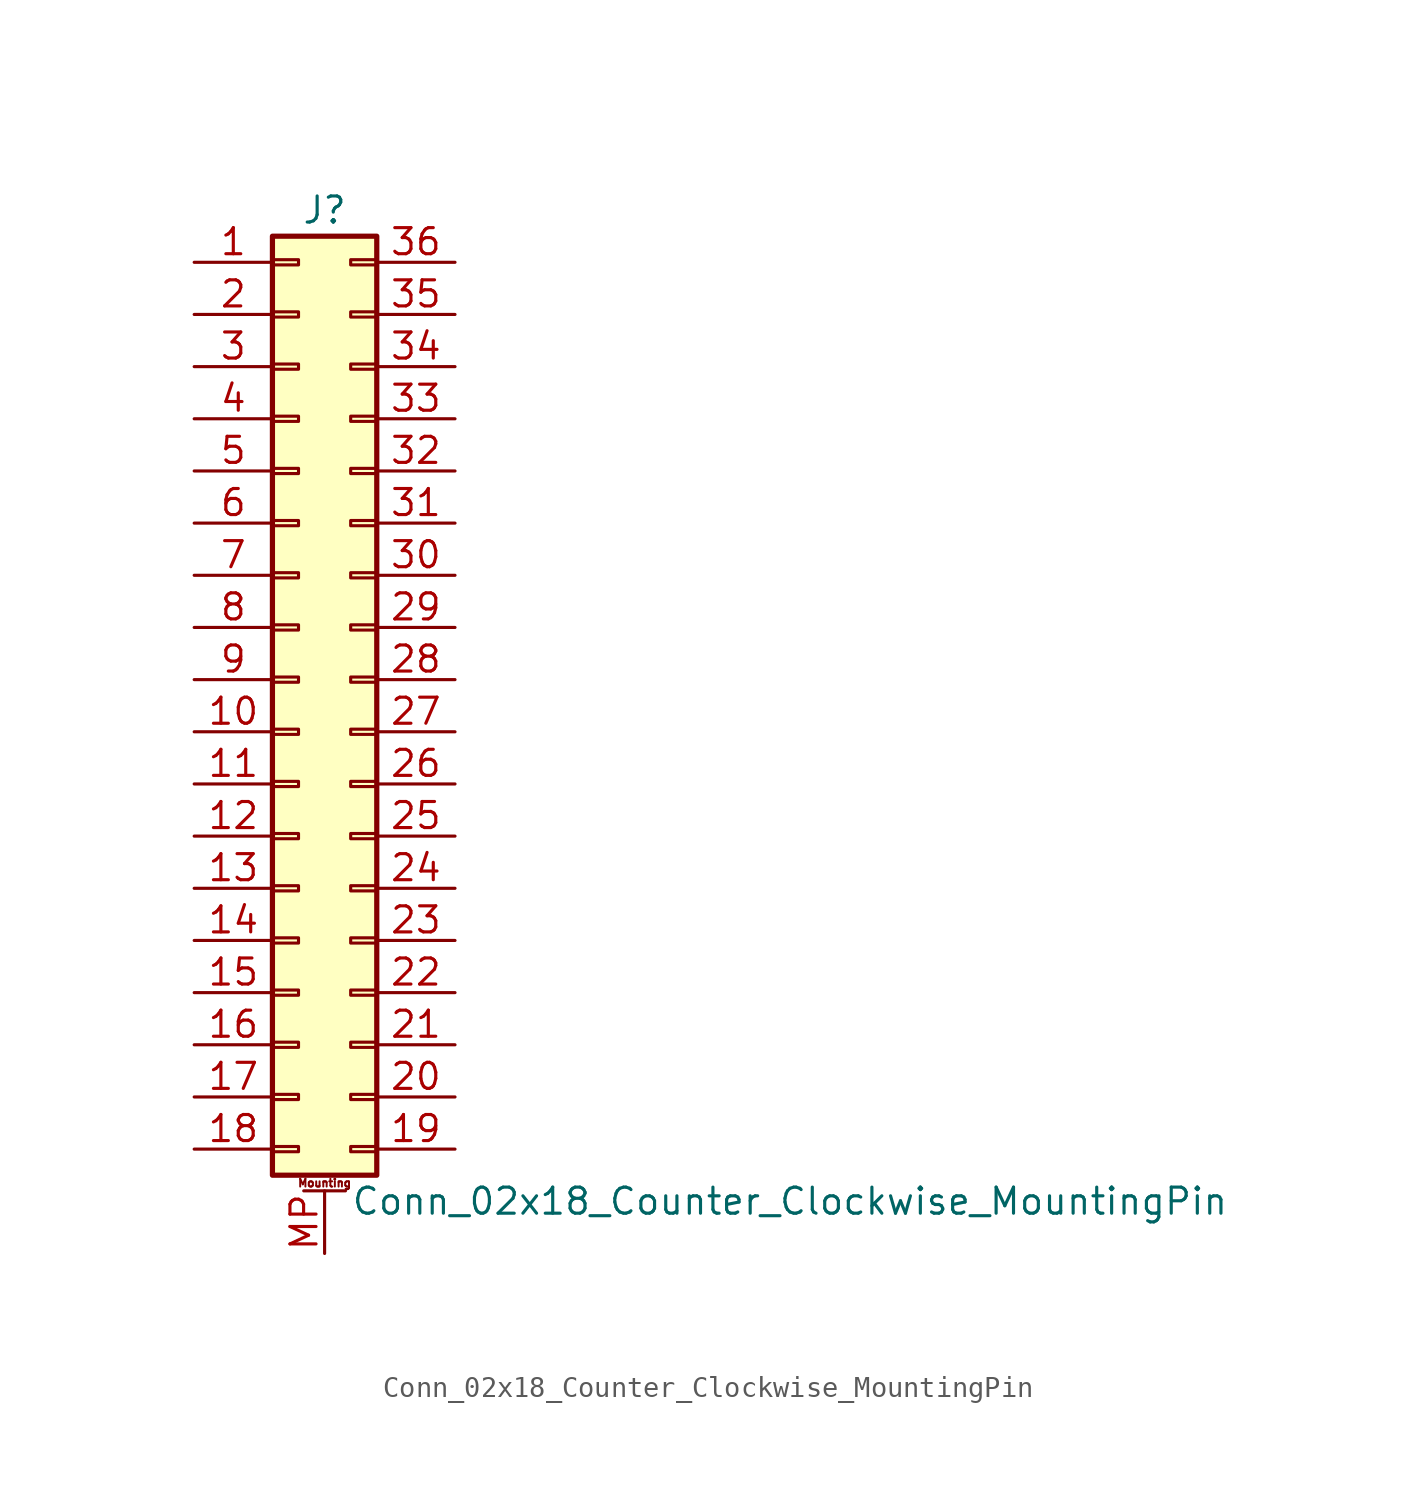
<source format=kicad_sym>
(kicad_symbol_lib
  (version 20220914)
  (generator kicad_symbol_editor)
  (symbol "Conn_02x18_Counter_Clockwise_MountingPin"
    (pin_names
      (offset 1.016) hide)
    (property "Reference" "J"
      (at 1.27 22.86 0)
      (effects (font (size 1.27 1.27))))
    (property "Value" "Conn_02x18_Counter_Clockwise_MountingPin"
      (at 2.54 -25.4 0)
      (effects (font (size 1.27 1.27)) (justify left)))
    (symbol "Conn_02x18_Counter_Clockwise_MountingPin_1_1"
      (rectangle (start -1.27 -22.733) (end 0 -22.987) (stroke (width 0.152) (type default)) (fill (type none)))
      (rectangle (start -1.27 -20.193) (end 0 -20.447) (stroke (width 0.152) (type default)) (fill (type none)))
      (rectangle (start -1.27 -17.653) (end 0 -17.907) (stroke (width 0.152) (type default)) (fill (type none)))
      (rectangle (start -1.27 -15.113) (end 0 -15.367) (stroke (width 0.152) (type default)) (fill (type none)))
      (rectangle (start -1.27 -12.573) (end 0 -12.827) (stroke (width 0.152) (type default)) (fill (type none)))
      (rectangle (start -1.27 -10.033) (end 0 -10.287) (stroke (width 0.152) (type default)) (fill (type none)))
      (rectangle (start -1.27 -7.493) (end 0 -7.747) (stroke (width 0.152) (type default)) (fill (type none)))
      (rectangle (start -1.27 -4.953) (end 0 -5.207) (stroke (width 0.152) (type default)) (fill (type none)))
      (rectangle (start -1.27 -2.413) (end 0 -2.667) (stroke (width 0.152) (type default)) (fill (type none)))
      (rectangle (start -1.27 0.127) (end 0 -0.127) (stroke (width 0.152) (type default)) (fill (type none)))
      (rectangle (start -1.27 2.667) (end 0 2.413) (stroke (width 0.152) (type default)) (fill (type none)))
      (rectangle (start -1.27 5.207) (end 0 4.953) (stroke (width 0.152) (type default)) (fill (type none)))
      (rectangle (start -1.27 7.747) (end 0 7.493) (stroke (width 0.152) (type default)) (fill (type none)))
      (rectangle (start -1.27 10.287) (end 0 10.033) (stroke (width 0.152) (type default)) (fill (type none)))
      (rectangle (start -1.27 12.827) (end 0 12.573) (stroke (width 0.152) (type default)) (fill (type none)))
      (rectangle (start -1.27 15.367) (end 0 15.113) (stroke (width 0.152) (type default)) (fill (type none)))
      (rectangle (start -1.27 17.907) (end 0 17.653) (stroke (width 0.152) (type default)) (fill (type none)))
      (rectangle (start -1.27 20.447) (end 0 20.193) (stroke (width 0.152) (type default)) (fill (type none)))
      (rectangle (start -1.27 21.59) (end 3.81 -24.13) (stroke (width 0.254) (type default)) (fill (type background)))
      (polyline (pts (xy 0.254 -24.892) (xy 2.286 -24.892)) (stroke (width 0.152) (type default)) (fill (type none)))
      (rectangle (start 3.81 -22.733) (end 2.54 -22.987) (stroke (width 0.152) (type default)) (fill (type none)))
      (rectangle (start 3.81 -20.193) (end 2.54 -20.447) (stroke (width 0.152) (type default)) (fill (type none)))
      (rectangle (start 3.81 -17.653) (end 2.54 -17.907) (stroke (width 0.152) (type default)) (fill (type none)))
      (rectangle (start 3.81 -15.113) (end 2.54 -15.367) (stroke (width 0.152) (type default)) (fill (type none)))
      (rectangle (start 3.81 -12.573) (end 2.54 -12.827) (stroke (width 0.152) (type default)) (fill (type none)))
      (rectangle (start 3.81 -10.033) (end 2.54 -10.287) (stroke (width 0.152) (type default)) (fill (type none)))
      (rectangle (start 3.81 -7.493) (end 2.54 -7.747) (stroke (width 0.152) (type default)) (fill (type none)))
      (rectangle (start 3.81 -4.953) (end 2.54 -5.207) (stroke (width 0.152) (type default)) (fill (type none)))
      (rectangle (start 3.81 -2.413) (end 2.54 -2.667) (stroke (width 0.152) (type default)) (fill (type none)))
      (rectangle (start 3.81 0.127) (end 2.54 -0.127) (stroke (width 0.152) (type default)) (fill (type none)))
      (rectangle (start 3.81 2.667) (end 2.54 2.413) (stroke (width 0.152) (type default)) (fill (type none)))
      (rectangle (start 3.81 5.207) (end 2.54 4.953) (stroke (width 0.152) (type default)) (fill (type none)))
      (rectangle (start 3.81 7.747) (end 2.54 7.493) (stroke (width 0.152) (type default)) (fill (type none)))
      (rectangle (start 3.81 10.287) (end 2.54 10.033) (stroke (width 0.152) (type default)) (fill (type none)))
      (rectangle (start 3.81 12.827) (end 2.54 12.573) (stroke (width 0.152) (type default)) (fill (type none)))
      (rectangle (start 3.81 15.367) (end 2.54 15.113) (stroke (width 0.152) (type default)) (fill (type none)))
      (rectangle (start 3.81 17.907) (end 2.54 17.653) (stroke (width 0.152) (type default)) (fill (type none)))
      (rectangle (start 3.81 20.447) (end 2.54 20.193) (stroke (width 0.152) (type default)) (fill (type none)))
      (text "Mounting" (at 1.27 -24.511 0) (effects (font (size 0.381 0.381))))
      (pin passive line (at -5.08 20.32 0) (length 3.81) (name "Pin_1" (effects (font (size 1.27 1.27)))) (number "1" (effects (font (size 1.27 1.27)))))
      (pin passive line (at -5.08 -2.54 0) (length 3.81) (name "Pin_10" (effects (font (size 1.27 1.27)))) (number "10" (effects (font (size 1.27 1.27)))))
      (pin passive line (at -5.08 -5.08 0) (length 3.81) (name "Pin_11" (effects (font (size 1.27 1.27)))) (number "11" (effects (font (size 1.27 1.27)))))
      (pin passive line (at -5.08 -7.62 0) (length 3.81) (name "Pin_12" (effects (font (size 1.27 1.27)))) (number "12" (effects (font (size 1.27 1.27)))))
      (pin passive line (at -5.08 -10.16 0) (length 3.81) (name "Pin_13" (effects (font (size 1.27 1.27)))) (number "13" (effects (font (size 1.27 1.27)))))
      (pin passive line (at -5.08 -12.7 0) (length 3.81) (name "Pin_14" (effects (font (size 1.27 1.27)))) (number "14" (effects (font (size 1.27 1.27)))))
      (pin passive line (at -5.08 -15.24 0) (length 3.81) (name "Pin_15" (effects (font (size 1.27 1.27)))) (number "15" (effects (font (size 1.27 1.27)))))
      (pin passive line (at -5.08 -17.78 0) (length 3.81) (name "Pin_16" (effects (font (size 1.27 1.27)))) (number "16" (effects (font (size 1.27 1.27)))))
      (pin passive line (at -5.08 -20.32 0) (length 3.81) (name "Pin_17" (effects (font (size 1.27 1.27)))) (number "17" (effects (font (size 1.27 1.27)))))
      (pin passive line (at -5.08 -22.86 0) (length 3.81) (name "Pin_18" (effects (font (size 1.27 1.27)))) (number "18" (effects (font (size 1.27 1.27)))))
      (pin passive line (at 7.62 -22.86 180) (length 3.81) (name "Pin_19" (effects (font (size 1.27 1.27)))) (number "19" (effects (font (size 1.27 1.27)))))
      (pin passive line (at -5.08 17.78 0) (length 3.81) (name "Pin_2" (effects (font (size 1.27 1.27)))) (number "2" (effects (font (size 1.27 1.27)))))
      (pin passive line (at 7.62 -20.32 180) (length 3.81) (name "Pin_20" (effects (font (size 1.27 1.27)))) (number "20" (effects (font (size 1.27 1.27)))))
      (pin passive line (at 7.62 -17.78 180) (length 3.81) (name "Pin_21" (effects (font (size 1.27 1.27)))) (number "21" (effects (font (size 1.27 1.27)))))
      (pin passive line (at 7.62 -15.24 180) (length 3.81) (name "Pin_22" (effects (font (size 1.27 1.27)))) (number "22" (effects (font (size 1.27 1.27)))))
      (pin passive line (at 7.62 -12.7 180) (length 3.81) (name "Pin_23" (effects (font (size 1.27 1.27)))) (number "23" (effects (font (size 1.27 1.27)))))
      (pin passive line (at 7.62 -10.16 180) (length 3.81) (name "Pin_24" (effects (font (size 1.27 1.27)))) (number "24" (effects (font (size 1.27 1.27)))))
      (pin passive line (at 7.62 -7.62 180) (length 3.81) (name "Pin_25" (effects (font (size 1.27 1.27)))) (number "25" (effects (font (size 1.27 1.27)))))
      (pin passive line (at 7.62 -5.08 180) (length 3.81) (name "Pin_26" (effects (font (size 1.27 1.27)))) (number "26" (effects (font (size 1.27 1.27)))))
      (pin passive line (at 7.62 -2.54 180) (length 3.81) (name "Pin_27" (effects (font (size 1.27 1.27)))) (number "27" (effects (font (size 1.27 1.27)))))
      (pin passive line (at 7.62 0 180) (length 3.81) (name "Pin_28" (effects (font (size 1.27 1.27)))) (number "28" (effects (font (size 1.27 1.27)))))
      (pin passive line (at 7.62 2.54 180) (length 3.81) (name "Pin_29" (effects (font (size 1.27 1.27)))) (number "29" (effects (font (size 1.27 1.27)))))
      (pin passive line (at -5.08 15.24 0) (length 3.81) (name "Pin_3" (effects (font (size 1.27 1.27)))) (number "3" (effects (font (size 1.27 1.27)))))
      (pin passive line (at 7.62 5.08 180) (length 3.81) (name "Pin_30" (effects (font (size 1.27 1.27)))) (number "30" (effects (font (size 1.27 1.27)))))
      (pin passive line (at 7.62 7.62 180) (length 3.81) (name "Pin_31" (effects (font (size 1.27 1.27)))) (number "31" (effects (font (size 1.27 1.27)))))
      (pin passive line (at 7.62 10.16 180) (length 3.81) (name "Pin_32" (effects (font (size 1.27 1.27)))) (number "32" (effects (font (size 1.27 1.27)))))
      (pin passive line (at 7.62 12.7 180) (length 3.81) (name "Pin_33" (effects (font (size 1.27 1.27)))) (number "33" (effects (font (size 1.27 1.27)))))
      (pin passive line (at 7.62 15.24 180) (length 3.81) (name "Pin_34" (effects (font (size 1.27 1.27)))) (number "34" (effects (font (size 1.27 1.27)))))
      (pin passive line (at 7.62 17.78 180) (length 3.81) (name "Pin_35" (effects (font (size 1.27 1.27)))) (number "35" (effects (font (size 1.27 1.27)))))
      (pin passive line (at 7.62 20.32 180) (length 3.81) (name "Pin_36" (effects (font (size 1.27 1.27)))) (number "36" (effects (font (size 1.27 1.27)))))
      (pin passive line (at -5.08 12.7 0) (length 3.81) (name "Pin_4" (effects (font (size 1.27 1.27)))) (number "4" (effects (font (size 1.27 1.27)))))
      (pin passive line (at -5.08 10.16 0) (length 3.81) (name "Pin_5" (effects (font (size 1.27 1.27)))) (number "5" (effects (font (size 1.27 1.27)))))
      (pin passive line (at -5.08 7.62 0) (length 3.81) (name "Pin_6" (effects (font (size 1.27 1.27)))) (number "6" (effects (font (size 1.27 1.27)))))
      (pin passive line (at -5.08 5.08 0) (length 3.81) (name "Pin_7" (effects (font (size 1.27 1.27)))) (number "7" (effects (font (size 1.27 1.27)))))
      (pin passive line (at -5.08 2.54 0) (length 3.81) (name "Pin_8" (effects (font (size 1.27 1.27)))) (number "8" (effects (font (size 1.27 1.27)))))
      (pin passive line (at -5.08 0 0) (length 3.81) (name "Pin_9" (effects (font (size 1.27 1.27)))) (number "9" (effects (font (size 1.27 1.27)))))
      (pin passive line (at 1.27 -27.94 90) (length 3.048) (name "MountPin" (effects (font (size 1.27 1.27)))) (number "MP" (effects (font (size 1.27 1.27))))))))
</source>
